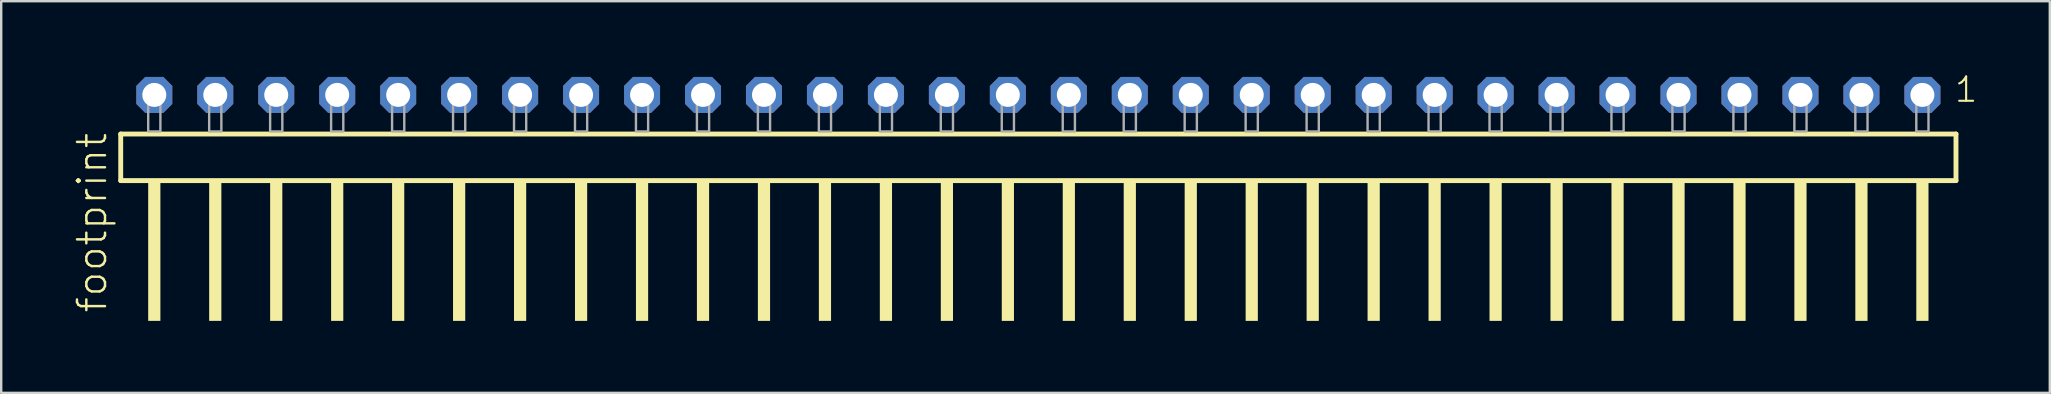
<source format=kicad_pcb>
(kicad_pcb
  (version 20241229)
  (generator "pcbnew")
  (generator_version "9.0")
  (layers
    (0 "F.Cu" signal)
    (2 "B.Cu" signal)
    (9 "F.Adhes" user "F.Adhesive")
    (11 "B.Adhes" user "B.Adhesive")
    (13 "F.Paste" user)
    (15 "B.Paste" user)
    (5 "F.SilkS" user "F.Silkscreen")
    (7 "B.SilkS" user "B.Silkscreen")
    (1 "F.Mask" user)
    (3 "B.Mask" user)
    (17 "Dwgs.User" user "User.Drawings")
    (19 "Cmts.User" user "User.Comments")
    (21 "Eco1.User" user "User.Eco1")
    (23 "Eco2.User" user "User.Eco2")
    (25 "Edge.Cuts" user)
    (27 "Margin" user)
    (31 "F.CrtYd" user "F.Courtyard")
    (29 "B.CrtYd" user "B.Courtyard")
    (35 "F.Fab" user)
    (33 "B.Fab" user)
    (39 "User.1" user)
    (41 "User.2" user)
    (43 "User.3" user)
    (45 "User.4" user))
  (footprint "footprint"
    (layer "F.Cu")
    (at 40.208 2.428)
    (property "Reference" "footprint" (at -38.735 7.62 90) (layer "F.SilkS") (effects (font (size 1.168 1.168) (thickness 0.102)) (justify left bottom)))
    (fp_line (start -38.229 0.106) (end -38.229 2.046) (stroke (width 0.203) (type solid)) (layer "F.SilkS"))
    (fp_line (start -38.229 2.046) (end 38.229 2.046) (stroke (width 0.203) (type solid)) (layer "F.SilkS"))
    (fp_line (start 38.229 0.106) (end -38.229 0.106) (stroke (width 0.203) (type solid)) (layer "F.SilkS"))
    (fp_line (start 38.229 2.046) (end 38.229 0.106) (stroke (width 0.203) (type solid)) (layer "F.SilkS"))
    (fp_poly (pts (xy -37.084 7.89) (xy -36.576 7.89) (xy -36.576 2.04) (xy -37.084 2.04)) (stroke (width 0) (type solid)) (fill yes) (layer "F.SilkS"))
    (fp_poly (pts (xy -34.544 7.89) (xy -34.036 7.89) (xy -34.036 2.04) (xy -34.544 2.04)) (stroke (width 0) (type solid)) (fill yes) (layer "F.SilkS"))
    (fp_poly (pts (xy -32.004 7.89) (xy -31.496 7.89) (xy -31.496 2.04) (xy -32.004 2.04)) (stroke (width 0) (type solid)) (fill yes) (layer "F.SilkS"))
    (fp_poly (pts (xy -29.464 7.89) (xy -28.956 7.89) (xy -28.956 2.04) (xy -29.464 2.04)) (stroke (width 0) (type solid)) (fill yes) (layer "F.SilkS"))
    (fp_poly (pts (xy -26.924 7.89) (xy -26.416 7.89) (xy -26.416 2.04) (xy -26.924 2.04)) (stroke (width 0) (type solid)) (fill yes) (layer "F.SilkS"))
    (fp_poly (pts (xy -24.384 7.89) (xy -23.876 7.89) (xy -23.876 2.04) (xy -24.384 2.04)) (stroke (width 0) (type solid)) (fill yes) (layer "F.SilkS"))
    (fp_poly (pts (xy -21.844 7.89) (xy -21.336 7.89) (xy -21.336 2.04) (xy -21.844 2.04)) (stroke (width 0) (type solid)) (fill yes) (layer "F.SilkS"))
    (fp_poly (pts (xy -19.304 7.89) (xy -18.796 7.89) (xy -18.796 2.04) (xy -19.304 2.04)) (stroke (width 0) (type solid)) (fill yes) (layer "F.SilkS"))
    (fp_poly (pts (xy -16.764 7.89) (xy -16.256 7.89) (xy -16.256 2.04) (xy -16.764 2.04)) (stroke (width 0) (type solid)) (fill yes) (layer "F.SilkS"))
    (fp_poly (pts (xy -14.224 7.89) (xy -13.716 7.89) (xy -13.716 2.04) (xy -14.224 2.04)) (stroke (width 0) (type solid)) (fill yes) (layer "F.SilkS"))
    (fp_poly (pts (xy -11.684 7.89) (xy -11.176 7.89) (xy -11.176 2.04) (xy -11.684 2.04)) (stroke (width 0) (type solid)) (fill yes) (layer "F.SilkS"))
    (fp_poly (pts (xy -9.144 7.89) (xy -8.636 7.89) (xy -8.636 2.04) (xy -9.144 2.04)) (stroke (width 0) (type solid)) (fill yes) (layer "F.SilkS"))
    (fp_poly (pts (xy -6.604 7.89) (xy -6.096 7.89) (xy -6.096 2.04) (xy -6.604 2.04)) (stroke (width 0) (type solid)) (fill yes) (layer "F.SilkS"))
    (fp_poly (pts (xy -4.064 7.89) (xy -3.556 7.89) (xy -3.556 2.04) (xy -4.064 2.04)) (stroke (width 0) (type solid)) (fill yes) (layer "F.SilkS"))
    (fp_poly (pts (xy -1.524 7.89) (xy -1.016 7.89) (xy -1.016 2.04) (xy -1.524 2.04)) (stroke (width 0) (type solid)) (fill yes) (layer "F.SilkS"))
    (fp_poly (pts (xy 1.016 7.89) (xy 1.524 7.89) (xy 1.524 2.04) (xy 1.016 2.04)) (stroke (width 0) (type solid)) (fill yes) (layer "F.SilkS"))
    (fp_poly (pts (xy 3.556 7.89) (xy 4.064 7.89) (xy 4.064 2.04) (xy 3.556 2.04)) (stroke (width 0) (type solid)) (fill yes) (layer "F.SilkS"))
    (fp_poly (pts (xy 6.096 7.89) (xy 6.604 7.89) (xy 6.604 2.04) (xy 6.096 2.04)) (stroke (width 0) (type solid)) (fill yes) (layer "F.SilkS"))
    (fp_poly (pts (xy 8.636 7.89) (xy 9.144 7.89) (xy 9.144 2.04) (xy 8.636 2.04)) (stroke (width 0) (type solid)) (fill yes) (layer "F.SilkS"))
    (fp_poly (pts (xy 11.176 7.89) (xy 11.684 7.89) (xy 11.684 2.04) (xy 11.176 2.04)) (stroke (width 0) (type solid)) (fill yes) (layer "F.SilkS"))
    (fp_poly (pts (xy 13.716 7.89) (xy 14.224 7.89) (xy 14.224 2.04) (xy 13.716 2.04)) (stroke (width 0) (type solid)) (fill yes) (layer "F.SilkS"))
    (fp_poly (pts (xy 16.256 7.89) (xy 16.764 7.89) (xy 16.764 2.04) (xy 16.256 2.04)) (stroke (width 0) (type solid)) (fill yes) (layer "F.SilkS"))
    (fp_poly (pts (xy 18.796 7.89) (xy 19.304 7.89) (xy 19.304 2.04) (xy 18.796 2.04)) (stroke (width 0) (type solid)) (fill yes) (layer "F.SilkS"))
    (fp_poly (pts (xy 21.336 7.89) (xy 21.844 7.89) (xy 21.844 2.04) (xy 21.336 2.04)) (stroke (width 0) (type solid)) (fill yes) (layer "F.SilkS"))
    (fp_poly (pts (xy 23.876 7.89) (xy 24.384 7.89) (xy 24.384 2.04) (xy 23.876 2.04)) (stroke (width 0) (type solid)) (fill yes) (layer "F.SilkS"))
    (fp_poly (pts (xy 26.416 7.89) (xy 26.924 7.89) (xy 26.924 2.04) (xy 26.416 2.04)) (stroke (width 0) (type solid)) (fill yes) (layer "F.SilkS"))
    (fp_poly (pts (xy 28.956 7.89) (xy 29.464 7.89) (xy 29.464 2.04) (xy 28.956 2.04)) (stroke (width 0) (type solid)) (fill yes) (layer "F.SilkS"))
    (fp_poly (pts (xy 31.496 7.89) (xy 32.004 7.89) (xy 32.004 2.04) (xy 31.496 2.04)) (stroke (width 0) (type solid)) (fill yes) (layer "F.SilkS"))
    (fp_poly (pts (xy 34.036 7.89) (xy 34.544 7.89) (xy 34.544 2.04) (xy 34.036 2.04)) (stroke (width 0) (type solid)) (fill yes) (layer "F.SilkS"))
    (fp_poly (pts (xy 36.576 7.89) (xy 37.084 7.89) (xy 37.084 2.04) (xy 36.576 2.04)) (stroke (width 0) (type solid)) (fill yes) (layer "F.SilkS"))
    (fp_poly (pts (xy -37.084 0) (xy -36.576 0) (xy -36.576 -1.778) (xy -37.084 -1.778)) (stroke (width 0.1) (type solid)) (fill no) (layer "F.Fab"))
    (fp_poly (pts (xy -34.544 0) (xy -34.036 0) (xy -34.036 -1.778) (xy -34.544 -1.778)) (stroke (width 0.1) (type solid)) (fill no) (layer "F.Fab"))
    (fp_poly (pts (xy -32.004 0) (xy -31.496 0) (xy -31.496 -1.778) (xy -32.004 -1.778)) (stroke (width 0.1) (type solid)) (fill no) (layer "F.Fab"))
    (fp_poly (pts (xy -29.464 0) (xy -28.956 0) (xy -28.956 -1.778) (xy -29.464 -1.778)) (stroke (width 0.1) (type solid)) (fill no) (layer "F.Fab"))
    (fp_poly (pts (xy -26.924 0) (xy -26.416 0) (xy -26.416 -1.778) (xy -26.924 -1.778)) (stroke (width 0.1) (type solid)) (fill no) (layer "F.Fab"))
    (fp_poly (pts (xy -24.384 0) (xy -23.876 0) (xy -23.876 -1.778) (xy -24.384 -1.778)) (stroke (width 0.1) (type solid)) (fill no) (layer "F.Fab"))
    (fp_poly (pts (xy -21.844 0) (xy -21.336 0) (xy -21.336 -1.778) (xy -21.844 -1.778)) (stroke (width 0.1) (type solid)) (fill no) (layer "F.Fab"))
    (fp_poly (pts (xy -19.304 0) (xy -18.796 0) (xy -18.796 -1.778) (xy -19.304 -1.778)) (stroke (width 0.1) (type solid)) (fill no) (layer "F.Fab"))
    (fp_poly (pts (xy -16.764 0) (xy -16.256 0) (xy -16.256 -1.778) (xy -16.764 -1.778)) (stroke (width 0.1) (type solid)) (fill no) (layer "F.Fab"))
    (fp_poly (pts (xy -14.224 0) (xy -13.716 0) (xy -13.716 -1.778) (xy -14.224 -1.778)) (stroke (width 0.1) (type solid)) (fill no) (layer "F.Fab"))
    (fp_poly (pts (xy -11.684 0) (xy -11.176 0) (xy -11.176 -1.778) (xy -11.684 -1.778)) (stroke (width 0.1) (type solid)) (fill no) (layer "F.Fab"))
    (fp_poly (pts (xy -9.144 0) (xy -8.636 0) (xy -8.636 -1.778) (xy -9.144 -1.778)) (stroke (width 0.1) (type solid)) (fill no) (layer "F.Fab"))
    (fp_poly (pts (xy -6.604 0) (xy -6.096 0) (xy -6.096 -1.778) (xy -6.604 -1.778)) (stroke (width 0.1) (type solid)) (fill no) (layer "F.Fab"))
    (fp_poly (pts (xy -4.064 0) (xy -3.556 0) (xy -3.556 -1.778) (xy -4.064 -1.778)) (stroke (width 0.1) (type solid)) (fill no) (layer "F.Fab"))
    (fp_poly (pts (xy -1.524 0) (xy -1.016 0) (xy -1.016 -1.778) (xy -1.524 -1.778)) (stroke (width 0.1) (type solid)) (fill no) (layer "F.Fab"))
    (fp_poly (pts (xy 1.016 0) (xy 1.524 0) (xy 1.524 -1.778) (xy 1.016 -1.778)) (stroke (width 0.1) (type solid)) (fill no) (layer "F.Fab"))
    (fp_poly (pts (xy 3.556 0) (xy 4.064 0) (xy 4.064 -1.778) (xy 3.556 -1.778)) (stroke (width 0.1) (type solid)) (fill no) (layer "F.Fab"))
    (fp_poly (pts (xy 6.096 0) (xy 6.604 0) (xy 6.604 -1.778) (xy 6.096 -1.778)) (stroke (width 0.1) (type solid)) (fill no) (layer "F.Fab"))
    (fp_poly (pts (xy 8.636 0) (xy 9.144 0) (xy 9.144 -1.778) (xy 8.636 -1.778)) (stroke (width 0.1) (type solid)) (fill no) (layer "F.Fab"))
    (fp_poly (pts (xy 11.176 0) (xy 11.684 0) (xy 11.684 -1.778) (xy 11.176 -1.778)) (stroke (width 0.1) (type solid)) (fill no) (layer "F.Fab"))
    (fp_poly (pts (xy 13.716 0) (xy 14.224 0) (xy 14.224 -1.778) (xy 13.716 -1.778)) (stroke (width 0.1) (type solid)) (fill no) (layer "F.Fab"))
    (fp_poly (pts (xy 16.256 0) (xy 16.764 0) (xy 16.764 -1.778) (xy 16.256 -1.778)) (stroke (width 0.1) (type solid)) (fill no) (layer "F.Fab"))
    (fp_poly (pts (xy 18.796 0) (xy 19.304 0) (xy 19.304 -1.778) (xy 18.796 -1.778)) (stroke (width 0.1) (type solid)) (fill no) (layer "F.Fab"))
    (fp_poly (pts (xy 21.336 0) (xy 21.844 0) (xy 21.844 -1.778) (xy 21.336 -1.778)) (stroke (width 0.1) (type solid)) (fill no) (layer "F.Fab"))
    (fp_poly (pts (xy 23.876 0) (xy 24.384 0) (xy 24.384 -1.778) (xy 23.876 -1.778)) (stroke (width 0.1) (type solid)) (fill no) (layer "F.Fab"))
    (fp_poly (pts (xy 26.416 0) (xy 26.924 0) (xy 26.924 -1.778) (xy 26.416 -1.778)) (stroke (width 0.1) (type solid)) (fill no) (layer "F.Fab"))
    (fp_poly (pts (xy 28.956 0) (xy 29.464 0) (xy 29.464 -1.778) (xy 28.956 -1.778)) (stroke (width 0.1) (type solid)) (fill no) (layer "F.Fab"))
    (fp_poly (pts (xy 31.496 0) (xy 32.004 0) (xy 32.004 -1.778) (xy 31.496 -1.778)) (stroke (width 0.1) (type solid)) (fill no) (layer "F.Fab"))
    (fp_poly (pts (xy 34.036 0) (xy 34.544 0) (xy 34.544 -1.778) (xy 34.036 -1.778)) (stroke (width 0.1) (type solid)) (fill no) (layer "F.Fab"))
    (fp_poly (pts (xy 36.576 0) (xy 37.084 0) (xy 37.084 -1.778) (xy 36.576 -1.778)) (stroke (width 0.1) (type solid)) (fill no) (layer "F.Fab"))
    (fp_text user "1" (at 38.112 -1.152 0) (layer "F.SilkS") (effects (font (size 1.012 1.012) (thickness 0.088)) (justify left bottom)))
    (pad "1" thru_hole roundrect (at 36.83 -1.524 180) (size 1.5 1.5) (drill 1) (layers "*.Cu" "*.Mask") (roundrect_rratio 0.25) (chamfer_ratio 0.25) (chamfer top_left top_right bottom_left bottom_right))
    (pad "2" thru_hole roundrect (at 34.29 -1.524 180) (size 1.5 1.5) (drill 1) (layers "*.Cu" "*.Mask") (roundrect_rratio 0.25) (chamfer_ratio 0.25) (chamfer top_left top_right bottom_left bottom_right))
    (pad "3" thru_hole roundrect (at 31.75 -1.524 180) (size 1.5 1.5) (drill 1) (layers "*.Cu" "*.Mask") (roundrect_rratio 0.25) (chamfer_ratio 0.25) (chamfer top_left top_right bottom_left bottom_right))
    (pad "4" thru_hole roundrect (at 29.21 -1.524 180) (size 1.5 1.5) (drill 1) (layers "*.Cu" "*.Mask") (roundrect_rratio 0.25) (chamfer_ratio 0.25) (chamfer top_left top_right bottom_left bottom_right))
    (pad "5" thru_hole roundrect (at 26.67 -1.524 180) (size 1.5 1.5) (drill 1) (layers "*.Cu" "*.Mask") (roundrect_rratio 0.25) (chamfer_ratio 0.25) (chamfer top_left top_right bottom_left bottom_right))
    (pad "6" thru_hole roundrect (at 24.13 -1.524 180) (size 1.5 1.5) (drill 1) (layers "*.Cu" "*.Mask") (roundrect_rratio 0.25) (chamfer_ratio 0.25) (chamfer top_left top_right bottom_left bottom_right))
    (pad "7" thru_hole roundrect (at 21.59 -1.524 180) (size 1.5 1.5) (drill 1) (layers "*.Cu" "*.Mask") (roundrect_rratio 0.25) (chamfer_ratio 0.25) (chamfer top_left top_right bottom_left bottom_right))
    (pad "8" thru_hole roundrect (at 19.05 -1.524 180) (size 1.5 1.5) (drill 1) (layers "*.Cu" "*.Mask") (roundrect_rratio 0.25) (chamfer_ratio 0.25) (chamfer top_left top_right bottom_left bottom_right))
    (pad "9" thru_hole roundrect (at 16.51 -1.524 180) (size 1.5 1.5) (drill 1) (layers "*.Cu" "*.Mask") (roundrect_rratio 0.25) (chamfer_ratio 0.25) (chamfer top_left top_right bottom_left bottom_right))
    (pad "10" thru_hole roundrect (at 13.97 -1.524 180) (size 1.5 1.5) (drill 1) (layers "*.Cu" "*.Mask") (roundrect_rratio 0.25) (chamfer_ratio 0.25) (chamfer top_left top_right bottom_left bottom_right))
    (pad "11" thru_hole roundrect (at 11.43 -1.524 180) (size 1.5 1.5) (drill 1) (layers "*.Cu" "*.Mask") (roundrect_rratio 0.25) (chamfer_ratio 0.25) (chamfer top_left top_right bottom_left bottom_right))
    (pad "12" thru_hole roundrect (at 8.89 -1.524 180) (size 1.5 1.5) (drill 1) (layers "*.Cu" "*.Mask") (roundrect_rratio 0.25) (chamfer_ratio 0.25) (chamfer top_left top_right bottom_left bottom_right))
    (pad "13" thru_hole roundrect (at 6.35 -1.524 180) (size 1.5 1.5) (drill 1) (layers "*.Cu" "*.Mask") (roundrect_rratio 0.25) (chamfer_ratio 0.25) (chamfer top_left top_right bottom_left bottom_right))
    (pad "14" thru_hole roundrect (at 3.81 -1.524 180) (size 1.5 1.5) (drill 1) (layers "*.Cu" "*.Mask") (roundrect_rratio 0.25) (chamfer_ratio 0.25) (chamfer top_left top_right bottom_left bottom_right))
    (pad "15" thru_hole roundrect (at 1.27 -1.524 180) (size 1.5 1.5) (drill 1) (layers "*.Cu" "*.Mask") (roundrect_rratio 0.25) (chamfer_ratio 0.25) (chamfer top_left top_right bottom_left bottom_right))
    (pad "16" thru_hole roundrect (at -1.27 -1.524 180) (size 1.5 1.5) (drill 1) (layers "*.Cu" "*.Mask") (roundrect_rratio 0.25) (chamfer_ratio 0.25) (chamfer top_left top_right bottom_left bottom_right))
    (pad "17" thru_hole roundrect (at -3.81 -1.524 180) (size 1.5 1.5) (drill 1) (layers "*.Cu" "*.Mask") (roundrect_rratio 0.25) (chamfer_ratio 0.25) (chamfer top_left top_right bottom_left bottom_right))
    (pad "18" thru_hole roundrect (at -6.35 -1.524 180) (size 1.5 1.5) (drill 1) (layers "*.Cu" "*.Mask") (roundrect_rratio 0.25) (chamfer_ratio 0.25) (chamfer top_left top_right bottom_left bottom_right))
    (pad "19" thru_hole roundrect (at -8.89 -1.524 180) (size 1.5 1.5) (drill 1) (layers "*.Cu" "*.Mask") (roundrect_rratio 0.25) (chamfer_ratio 0.25) (chamfer top_left top_right bottom_left bottom_right))
    (pad "20" thru_hole roundrect (at -11.43 -1.524 180) (size 1.5 1.5) (drill 1) (layers "*.Cu" "*.Mask") (roundrect_rratio 0.25) (chamfer_ratio 0.25) (chamfer top_left top_right bottom_left bottom_right))
    (pad "21" thru_hole roundrect (at -13.97 -1.524 180) (size 1.5 1.5) (drill 1) (layers "*.Cu" "*.Mask") (roundrect_rratio 0.25) (chamfer_ratio 0.25) (chamfer top_left top_right bottom_left bottom_right))
    (pad "22" thru_hole roundrect (at -16.51 -1.524 180) (size 1.5 1.5) (drill 1) (layers "*.Cu" "*.Mask") (roundrect_rratio 0.25) (chamfer_ratio 0.25) (chamfer top_left top_right bottom_left bottom_right))
    (pad "23" thru_hole roundrect (at -19.05 -1.524 180) (size 1.5 1.5) (drill 1) (layers "*.Cu" "*.Mask") (roundrect_rratio 0.25) (chamfer_ratio 0.25) (chamfer top_left top_right bottom_left bottom_right))
    (pad "24" thru_hole roundrect (at -21.59 -1.524 180) (size 1.5 1.5) (drill 1) (layers "*.Cu" "*.Mask") (roundrect_rratio 0.25) (chamfer_ratio 0.25) (chamfer top_left top_right bottom_left bottom_right))
    (pad "25" thru_hole roundrect (at -24.13 -1.524 180) (size 1.5 1.5) (drill 1) (layers "*.Cu" "*.Mask") (roundrect_rratio 0.25) (chamfer_ratio 0.25) (chamfer top_left top_right bottom_left bottom_right))
    (pad "26" thru_hole roundrect (at -26.67 -1.524 180) (size 1.5 1.5) (drill 1) (layers "*.Cu" "*.Mask") (roundrect_rratio 0.25) (chamfer_ratio 0.25) (chamfer top_left top_right bottom_left bottom_right))
    (pad "27" thru_hole roundrect (at -29.21 -1.524 180) (size 1.5 1.5) (drill 1) (layers "*.Cu" "*.Mask") (roundrect_rratio 0.25) (chamfer_ratio 0.25) (chamfer top_left top_right bottom_left bottom_right))
    (pad "28" thru_hole roundrect (at -31.75 -1.524 180) (size 1.5 1.5) (drill 1) (layers "*.Cu" "*.Mask") (roundrect_rratio 0.25) (chamfer_ratio 0.25) (chamfer top_left top_right bottom_left bottom_right))
    (pad "29" thru_hole roundrect (at -34.29 -1.524 180) (size 1.5 1.5) (drill 1) (layers "*.Cu" "*.Mask") (roundrect_rratio 0.25) (chamfer_ratio 0.25) (chamfer top_left top_right bottom_left bottom_right))
    (pad "30" thru_hole roundrect (at -36.83 -1.524 180) (size 1.5 1.5) (drill 1) (layers "*.Cu" "*.Mask") (roundrect_rratio 0.25) (chamfer_ratio 0.25) (chamfer top_left top_right bottom_left bottom_right)))
  (gr_rect
    (start -3 -3)
    (end 82.346 13.318)
    (stroke (width 0.1) (type default))
    (fill no)
    (layer "Edge.Cuts")))
</source>
